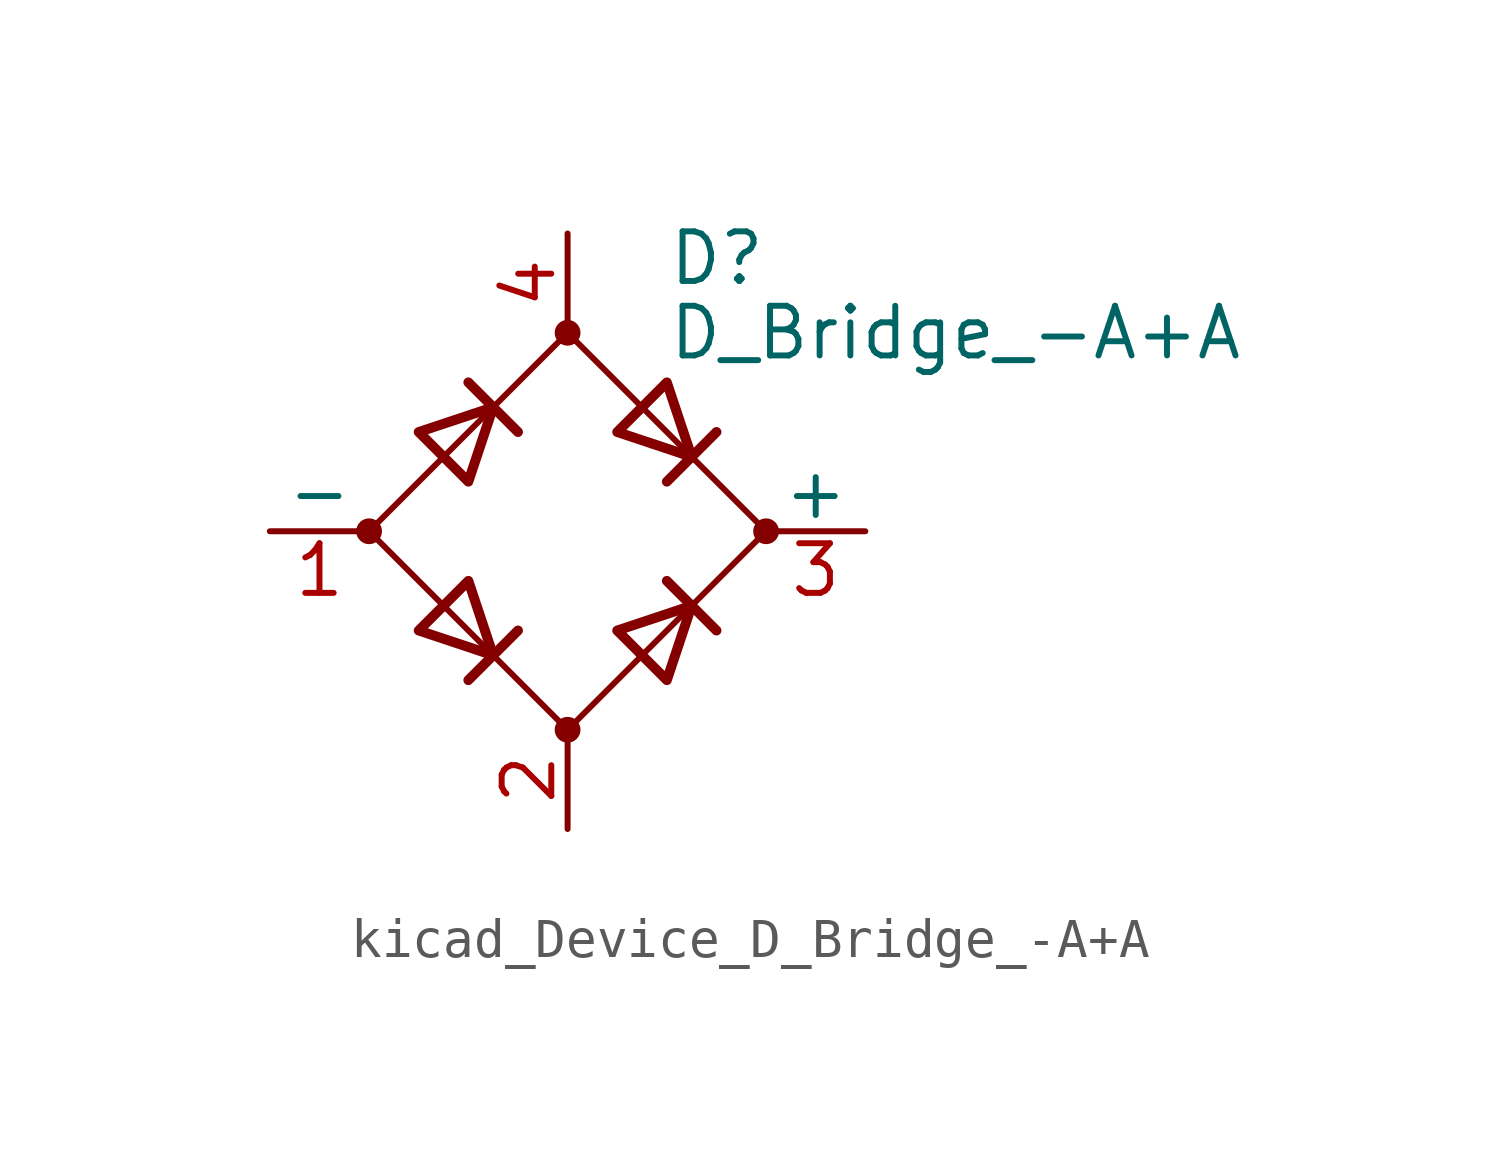
<source format=kicad_sym>
(kicad_symbol_lib
  (version 20220914)
  (generator kicad_symbol_editor)
  (symbol "kicad_Device_D_Bridge_-A+A"
    (pin_names
      (offset 0))
    (property "Reference" "D"
      (at 2.54 6.985 0)
      (effects (font (size 1.27 1.27)) (justify left)))
    (property "Value" "D_Bridge_-A+A"
      (at 2.54 5.08 0)
      (effects (font (size 1.27 1.27)) (justify left)))
    (symbol "kicad_Device_D_Bridge_-A+A_0_1"
      (circle (center -5.08 0) (radius 0.254) (stroke (width 0) (type default)) (fill (type outline)))
      (circle (center 0 -5.08) (radius 0.254) (stroke (width 0) (type default)) (fill (type outline)))
      (polyline (pts (xy -2.54 3.81) (xy -1.27 2.54)) (stroke (width 0.254) (type default)) (fill (type none)))
      (polyline (pts (xy -1.27 -2.54) (xy -2.54 -3.81)) (stroke (width 0.254) (type default)) (fill (type none)))
      (polyline (pts (xy 2.54 -1.27) (xy 3.81 -2.54)) (stroke (width 0.254) (type default)) (fill (type none)))
      (polyline (pts (xy 2.54 1.27) (xy 3.81 2.54)) (stroke (width 0.254) (type default)) (fill (type none)))
      (polyline (pts (xy -3.81 2.54) (xy -2.54 1.27) (xy -1.905 3.175) (xy -3.81 2.54)) (stroke (width 0.254) (type default)) (fill (type none)))
      (polyline (pts (xy -2.54 -1.27) (xy -3.81 -2.54) (xy -1.905 -3.175) (xy -2.54 -1.27)) (stroke (width 0.254) (type default)) (fill (type none)))
      (polyline (pts (xy 1.27 2.54) (xy 2.54 3.81) (xy 3.175 1.905) (xy 1.27 2.54)) (stroke (width 0.254) (type default)) (fill (type none)))
      (polyline (pts (xy 3.175 -1.905) (xy 1.27 -2.54) (xy 2.54 -3.81) (xy 3.175 -1.905)) (stroke (width 0.254) (type default)) (fill (type none)))
      (polyline (pts (xy -5.08 0) (xy 0 -5.08) (xy 5.08 0) (xy 0 5.08) (xy -5.08 0)) (stroke (width 0) (type default)) (fill (type none)))
      (circle (center 0 5.08) (radius 0.254) (stroke (width 0) (type default)) (fill (type outline)))
      (circle (center 5.08 0) (radius 0.254) (stroke (width 0) (type default)) (fill (type outline))))
    (symbol "kicad_Device_D_Bridge_-A+A_1_1"
      (pin passive line (at -7.62 0 0) (length 2.54) (name "-" (effects (font (size 1.27 1.27)))) (number "1" (effects (font (size 1.27 1.27)))))
      (pin passive line (at 0 -7.62 90) (length 2.54) (name "~" (effects (font (size 1.27 1.27)))) (number "2" (effects (font (size 1.27 1.27)))))
      (pin passive line (at 7.62 0 180) (length 2.54) (name "+" (effects (font (size 1.27 1.27)))) (number "3" (effects (font (size 1.27 1.27)))))
      (pin passive line (at 0 7.62 270) (length 2.54) (name "~" (effects (font (size 1.27 1.27)))) (number "4" (effects (font (size 1.27 1.27))))))))
</source>
